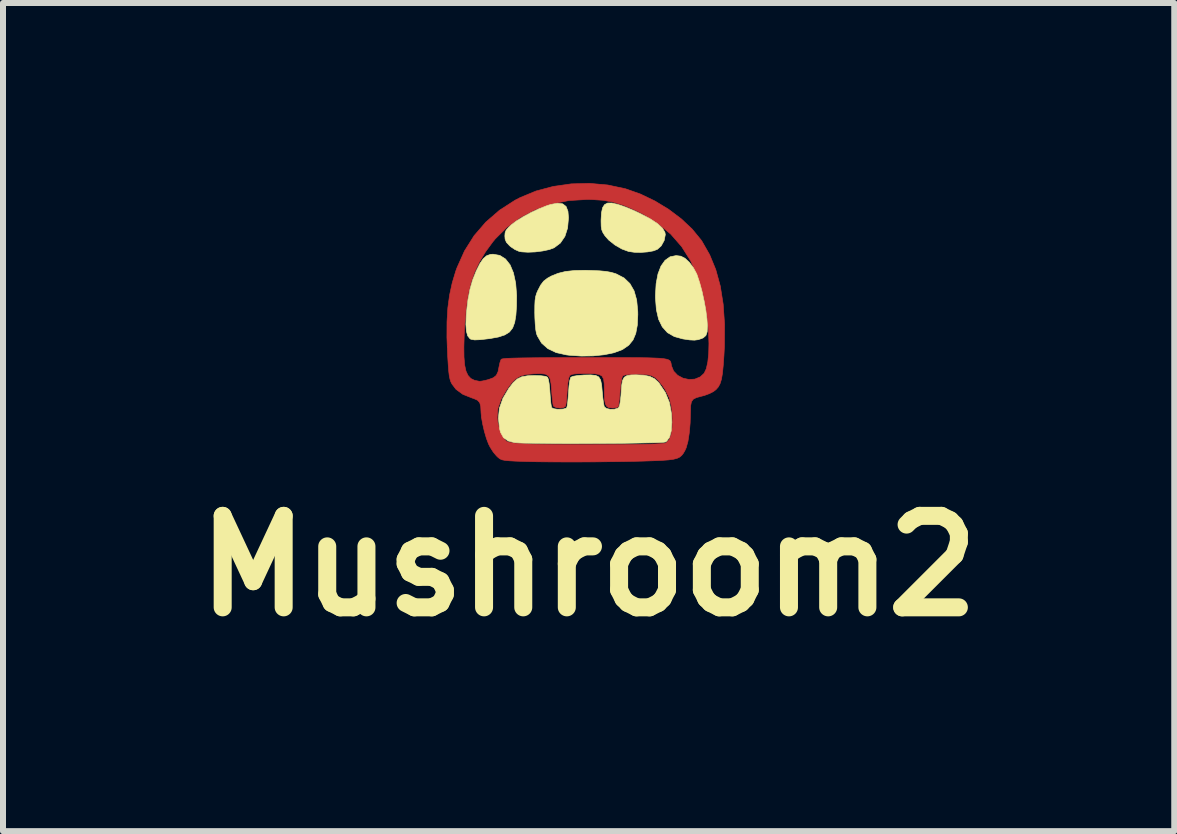
<source format=kicad_pcb>
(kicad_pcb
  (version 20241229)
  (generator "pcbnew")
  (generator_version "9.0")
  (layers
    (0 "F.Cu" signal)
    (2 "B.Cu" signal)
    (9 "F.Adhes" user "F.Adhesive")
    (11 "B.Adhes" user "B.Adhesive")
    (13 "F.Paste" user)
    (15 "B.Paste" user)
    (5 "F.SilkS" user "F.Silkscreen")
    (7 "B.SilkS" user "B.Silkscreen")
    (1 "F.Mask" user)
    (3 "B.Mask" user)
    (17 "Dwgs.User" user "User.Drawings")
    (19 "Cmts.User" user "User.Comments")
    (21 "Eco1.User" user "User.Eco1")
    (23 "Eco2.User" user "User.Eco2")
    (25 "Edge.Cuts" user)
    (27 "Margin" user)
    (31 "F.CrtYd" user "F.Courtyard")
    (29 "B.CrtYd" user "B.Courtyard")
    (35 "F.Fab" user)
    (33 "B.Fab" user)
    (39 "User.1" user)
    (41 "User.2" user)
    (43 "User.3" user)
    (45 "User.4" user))
  (footprint "Mushroom2"
    (layer "F.Cu")
    (at 6.756 2.569)
    (property "Reference" "Mushroom2" (at 0 3.81 0) (layer "F.SilkS") (effects (font (size 1.524 1.524) (thickness 0.3))))
    (attr through_hole)
    (fp_poly (pts (xy 0.32 -2.537) (xy 0.611 -2.475) (xy 0.615 -2.474) (xy 0.862 -2.387) (xy 1.104 -2.271) (xy 1.333 -2.132) (xy 1.543 -1.974) (xy 1.725 -1.803) (xy 1.871 -1.625) (xy 1.888 -1.601) (xy 2.017 -1.375) (xy 2.119 -1.127) (xy 2.194 -0.853) (xy 2.242 -0.551) (xy 2.265 -0.219) (xy 2.263 0.147) (xy 2.255 0.302) (xy 2.243 0.47) (xy 2.23 0.601) (xy 2.213 0.7) (xy 2.19 0.774) (xy 2.16 0.829) (xy 2.121 0.873) (xy 2.077 0.906) (xy 2.012 0.939) (xy 1.928 0.97) (xy 1.881 0.982) (xy 1.796 1.005) (xy 1.743 1.032) (xy 1.713 1.075) (xy 1.7 1.142) (xy 1.697 1.241) (xy 1.692 1.428) (xy 1.677 1.595) (xy 1.655 1.736) (xy 1.625 1.843) (xy 1.605 1.887) (xy 1.579 1.932) (xy 1.551 1.968) (xy 1.518 1.996) (xy 1.474 2.017) (xy 1.414 2.032) (xy 1.332 2.043) (xy 1.223 2.051) (xy 1.083 2.057) (xy 0.906 2.063) (xy 0.825 2.065) (xy 0.59 2.07) (xy 0.343 2.073) (xy 0.089 2.076) (xy -0.164 2.077) (xy -0.41 2.077) (xy -0.641 2.076) (xy -0.85 2.074) (xy -1.031 2.07) (xy -1.177 2.065) (xy -1.211 2.064) (xy -1.319 2.058) (xy -1.393 2.051) (xy -1.443 2.041) (xy -1.478 2.025) (xy -1.51 2) (xy -1.535 1.976) (xy -1.588 1.913) (xy -1.64 1.831) (xy -1.667 1.778) (xy -1.702 1.685) (xy -1.736 1.57) (xy -1.764 1.449) (xy -1.784 1.337) (xy -1.785 1.33) (xy -1.523 1.33) (xy -1.521 1.367) (xy -1.503 1.465) (xy -1.472 1.564) (xy -1.432 1.65) (xy -1.39 1.714) (xy -1.364 1.736) (xy -1.33 1.748) (xy -1.272 1.758) (xy -1.19 1.767) (xy -1.079 1.774) (xy -0.939 1.78) (xy -0.765 1.784) (xy -0.557 1.787) (xy -0.31 1.788) (xy -0.024 1.789) (xy 0.207 1.788) (xy 0.466 1.787) (xy 0.683 1.786) (xy 0.863 1.784) (xy 1.007 1.781) (xy 1.118 1.777) (xy 1.2 1.773) (xy 1.255 1.767) (xy 1.286 1.761) (xy 1.293 1.758) (xy 1.341 1.709) (xy 1.375 1.623) (xy 1.393 1.5) (xy 1.398 1.355) (xy 1.384 1.168) (xy 1.344 1.009) (xy 1.274 0.868) (xy 1.226 0.799) (xy 1.162 0.72) (xy 1.104 0.667) (xy 1.041 0.636) (xy 0.962 0.62) (xy 0.855 0.615) (xy 0.813 0.615) (xy 0.694 0.618) (xy 0.612 0.627) (xy 0.57 0.64) (xy 0.569 0.642) (xy 0.556 0.674) (xy 0.543 0.739) (xy 0.531 0.828) (xy 0.524 0.903) (xy 0.515 1.001) (xy 0.506 1.083) (xy 0.498 1.139) (xy 0.493 1.158) (xy 0.464 1.171) (xy 0.41 1.178) (xy 0.392 1.178) (xy 0.339 1.173) (xy 0.302 1.151) (xy 0.279 1.107) (xy 0.266 1.034) (xy 0.262 0.925) (xy 0.262 0.884) (xy 0.26 0.773) (xy 0.25 0.696) (xy 0.224 0.647) (xy 0.177 0.619) (xy 0.1 0.607) (xy -0.011 0.604) (xy -0.046 0.604) (xy -0.157 0.605) (xy -0.232 0.61) (xy -0.279 0.618) (xy -0.307 0.632) (xy -0.315 0.64) (xy -0.332 0.683) (xy -0.346 0.765) (xy -0.355 0.881) (xy -0.357 0.9) (xy -0.363 0.997) (xy -0.371 1.079) (xy -0.38 1.134) (xy -0.386 1.151) (xy -0.421 1.172) (xy -0.477 1.179) (xy -0.536 1.172) (xy -0.578 1.153) (xy -0.587 1.141) (xy -0.595 1.104) (xy -0.603 1.034) (xy -0.612 0.944) (xy -0.615 0.895) (xy -0.625 0.775) (xy -0.641 0.692) (xy -0.671 0.641) (xy -0.719 0.614) (xy -0.794 0.605) (xy -0.902 0.608) (xy -0.907 0.608) (xy -1.036 0.619) (xy -1.133 0.644) (xy -1.211 0.689) (xy -1.284 0.761) (xy -1.357 0.859) (xy -1.454 1.024) (xy -1.509 1.18) (xy -1.523 1.33) (xy -1.785 1.33) (xy -1.792 1.251) (xy -1.792 1.248) (xy -1.797 1.152) (xy -1.814 1.089) (xy -1.85 1.049) (xy -1.913 1.021) (xy -1.941 1.012) (xy -2.094 0.951) (xy -2.209 0.867) (xy -2.276 0.779) (xy -2.295 0.742) (xy -2.309 0.699) (xy -2.321 0.643) (xy -2.33 0.567) (xy -2.338 0.464) (xy -2.347 0.325) (xy -2.348 0.299) (xy -2.354 0.161) (xy -2.078 0.161) (xy -2.076 0.329) (xy -2.065 0.462) (xy -2.043 0.563) (xy -2.009 0.636) (xy -1.962 0.687) (xy -1.901 0.717) (xy -1.823 0.733) (xy -1.813 0.734) (xy -1.773 0.729) (xy -1.708 0.715) (xy -1.664 0.703) (xy -1.586 0.674) (xy -1.538 0.635) (xy -1.509 0.575) (xy -1.492 0.491) (xy -1.478 0.425) (xy -1.461 0.376) (xy -1.455 0.367) (xy -1.442 0.361) (xy -1.408 0.356) (xy -1.353 0.351) (xy -1.273 0.348) (xy -1.166 0.345) (xy -1.029 0.343) (xy -0.859 0.341) (xy -0.653 0.34) (xy -0.409 0.339) (xy -0.124 0.339) (xy -0.059 0.339) (xy 0.226 0.339) (xy 0.47 0.339) (xy 0.676 0.339) (xy 0.848 0.34) (xy 0.989 0.342) (xy 1.101 0.346) (xy 1.188 0.35) (xy 1.254 0.357) (xy 1.302 0.366) (xy 1.334 0.377) (xy 1.355 0.391) (xy 1.366 0.408) (xy 1.373 0.429) (xy 1.377 0.453) (xy 1.38 0.474) (xy 1.417 0.564) (xy 1.484 0.634) (xy 1.572 0.681) (xy 1.671 0.703) (xy 1.77 0.697) (xy 1.86 0.66) (xy 1.925 0.6) (xy 1.961 0.524) (xy 1.986 0.412) (xy 2.001 0.27) (xy 2.005 0.105) (xy 1.999 -0.076) (xy 1.983 -0.268) (xy 1.957 -0.463) (xy 1.921 -0.655) (xy 1.908 -0.71) (xy 1.818 -1.009) (xy 1.699 -1.276) (xy 1.55 -1.511) (xy 1.369 -1.718) (xy 1.154 -1.898) (xy 0.904 -2.054) (xy 0.78 -2.115) (xy 0.592 -2.196) (xy 0.419 -2.25) (xy 0.245 -2.282) (xy 0.052 -2.295) (xy -0.025 -2.296) (xy -0.329 -2.278) (xy -0.617 -2.221) (xy -0.887 -2.127) (xy -1.135 -1.997) (xy -1.359 -1.834) (xy -1.556 -1.638) (xy -1.597 -1.588) (xy -1.717 -1.424) (xy -1.816 -1.262) (xy -1.896 -1.093) (xy -1.959 -0.912) (xy -2.006 -0.712) (xy -2.04 -0.485) (xy -2.062 -0.226) (xy -2.072 -0.047) (xy -2.078 0.161) (xy -2.354 0.161) (xy -2.36 0.004) (xy -2.359 -0.257) (xy -2.345 -0.49) (xy -2.316 -0.704) (xy -2.272 -0.906) (xy -2.213 -1.103) (xy -2.192 -1.16) (xy -2.067 -1.439) (xy -1.907 -1.693) (xy -1.712 -1.919) (xy -1.485 -2.116) (xy -1.226 -2.283) (xy -1.141 -2.327) (xy -0.876 -2.437) (xy -0.589 -2.513) (xy -0.289 -2.556) (xy 0.017 -2.564) (xy 0.32 -2.537)) (stroke (width 0.01) (type solid)) (fill yes) (layer "F.Cu"))
    (fp_poly (pts (xy 0.099 -2.535) (xy 0.334 -2.533) (xy 0.563 -2.529) (xy 0.781 -2.524) (xy 0.983 -2.517) (xy 1.162 -2.509) (xy 1.312 -2.5) (xy 1.429 -2.49) (xy 1.495 -2.481) (xy 1.701 -2.434) (xy 1.872 -2.37) (xy 2.013 -2.284) (xy 2.126 -2.174) (xy 2.214 -2.035) (xy 2.28 -1.864) (xy 2.327 -1.657) (xy 2.354 -1.453) (xy 2.367 -1.296) (xy 2.377 -1.109) (xy 2.385 -0.896) (xy 2.39 -0.664) (xy 2.393 -0.419) (xy 2.394 -0.165) (xy 2.392 0.092) (xy 2.388 0.346) (xy 2.383 0.592) (xy 2.375 0.824) (xy 2.365 1.037) (xy 2.353 1.226) (xy 2.339 1.383) (xy 2.324 1.505) (xy 2.316 1.552) (xy 2.266 1.736) (xy 2.2 1.89) (xy 2.114 2.016) (xy 2.004 2.118) (xy 1.865 2.198) (xy 1.696 2.259) (xy 1.491 2.303) (xy 1.247 2.332) (xy 1.236 2.333) (xy 1.156 2.338) (xy 1.037 2.342) (xy 0.886 2.346) (xy 0.708 2.349) (xy 0.51 2.351) (xy 0.296 2.352) (xy 0.073 2.353) (xy -0.153 2.353) (xy -0.378 2.352) (xy -0.594 2.351) (xy -0.796 2.349) (xy -0.979 2.346) (xy -1.136 2.343) (xy -1.262 2.339) (xy -1.351 2.334) (xy -1.366 2.333) (xy -1.605 2.304) (xy -1.805 2.261) (xy -1.97 2.204) (xy -2.105 2.129) (xy -2.214 2.034) (xy -2.301 1.918) (xy -2.337 1.854) (xy -2.37 1.78) (xy -2.399 1.698) (xy -2.423 1.605) (xy -2.444 1.496) (xy -2.46 1.37) (xy -2.474 1.221) (xy -2.484 1.047) (xy -2.492 0.844) (xy -2.498 0.609) (xy -2.501 0.338) (xy -2.501 0.281) (xy -2.387 0.281) (xy -2.379 0.473) (xy -2.361 0.642) (xy -2.333 0.782) (xy -2.304 0.87) (xy -2.244 0.96) (xy -2.156 1.039) (xy -2.054 1.094) (xy -1.991 1.112) (xy -1.933 1.123) (xy -1.891 1.141) (xy -1.861 1.173) (xy -1.839 1.225) (xy -1.82 1.305) (xy -1.802 1.42) (xy -1.797 1.452) (xy -1.761 1.656) (xy -1.718 1.82) (xy -1.666 1.949) (xy -1.604 2.047) (xy -1.529 2.118) (xy -1.502 2.137) (xy -1.486 2.145) (xy -1.468 2.153) (xy -1.443 2.159) (xy -1.408 2.165) (xy -1.361 2.169) (xy -1.297 2.172) (xy -1.214 2.175) (xy -1.107 2.177) (xy -0.974 2.178) (xy -0.811 2.179) (xy -0.614 2.179) (xy -0.381 2.179) (xy -0.108 2.179) (xy -0.051 2.179) (xy 0.195 2.179) (xy 0.429 2.178) (xy 0.648 2.177) (xy 0.847 2.175) (xy 1.023 2.172) (xy 1.172 2.169) (xy 1.289 2.166) (xy 1.37 2.163) (xy 1.412 2.16) (xy 1.415 2.159) (xy 1.487 2.132) (xy 1.55 2.093) (xy 1.555 2.088) (xy 1.598 2.042) (xy 1.631 1.988) (xy 1.655 1.919) (xy 1.671 1.829) (xy 1.683 1.709) (xy 1.692 1.553) (xy 1.692 1.545) (xy 1.698 1.406) (xy 1.706 1.304) (xy 1.719 1.232) (xy 1.74 1.184) (xy 1.772 1.152) (xy 1.82 1.13) (xy 1.885 1.111) (xy 1.905 1.106) (xy 2.025 1.07) (xy 2.11 1.029) (xy 2.169 0.975) (xy 2.208 0.9) (xy 2.235 0.794) (xy 2.25 0.707) (xy 2.261 0.605) (xy 2.268 0.47) (xy 2.273 0.313) (xy 2.275 0.143) (xy 2.274 -0.029) (xy 2.27 -0.191) (xy 2.263 -0.335) (xy 2.253 -0.449) (xy 2.249 -0.481) (xy 2.206 -0.707) (xy 2.149 -0.927) (xy 2.081 -1.127) (xy 2.029 -1.252) (xy 1.895 -1.485) (xy 1.723 -1.702) (xy 1.519 -1.899) (xy 1.286 -2.072) (xy 1.03 -2.217) (xy 0.755 -2.331) (xy 0.664 -2.361) (xy 0.471 -2.404) (xy 0.248 -2.429) (xy 0.007 -2.436) (xy -0.243 -2.426) (xy -0.491 -2.399) (xy -0.725 -2.356) (xy -0.923 -2.301) (xy -1.174 -2.198) (xy -1.412 -2.061) (xy -1.629 -1.898) (xy -1.817 -1.713) (xy -1.943 -1.553) (xy -2.009 -1.445) (xy -2.081 -1.311) (xy -2.151 -1.167) (xy -2.212 -1.027) (xy -2.256 -0.908) (xy -2.258 -0.902) (xy -2.3 -0.739) (xy -2.334 -0.551) (xy -2.36 -0.348) (xy -2.378 -0.137) (xy -2.387 0.076) (xy -2.387 0.281) (xy -2.501 0.281) (xy -2.502 0.027) (xy -2.502 -0.084) (xy -2.501 -0.42) (xy -2.498 -0.715) (xy -2.493 -0.972) (xy -2.485 -1.195) (xy -2.474 -1.387) (xy -2.459 -1.552) (xy -2.44 -1.692) (xy -2.416 -1.811) (xy -2.387 -1.912) (xy -2.352 -1.999) (xy -2.312 -2.075) (xy -2.265 -2.143) (xy -2.213 -2.205) (xy -2.147 -2.27) (xy -2.076 -2.325) (xy -1.996 -2.372) (xy -1.902 -2.41) (xy -1.791 -2.441) (xy -1.658 -2.467) (xy -1.499 -2.487) (xy -1.309 -2.502) (xy -1.084 -2.515) (xy -0.82 -2.525) (xy -0.78 -2.527) (xy -0.58 -2.532) (xy -0.363 -2.535) (xy -0.135 -2.536) (xy 0.099 -2.535)) (stroke (width 0.01) (type solid)) (fill yes) (layer "F.Mask"))
    (fp_poly (pts (xy -0.432 -2.223) (xy -0.375 -2.179) (xy -0.344 -2.099) (xy -0.335 -1.991) (xy -0.35 -1.82) (xy -0.395 -1.68) (xy -0.47 -1.57) (xy -0.572 -1.493) (xy -0.652 -1.462) (xy -0.764 -1.438) (xy -0.889 -1.422) (xy -1.01 -1.417) (xy -1.113 -1.423) (xy -1.158 -1.431) (xy -1.228 -1.462) (xy -1.299 -1.51) (xy -1.318 -1.527) (xy -1.369 -1.582) (xy -1.391 -1.635) (xy -1.395 -1.688) (xy -1.391 -1.741) (xy -1.374 -1.784) (xy -1.335 -1.829) (xy -1.288 -1.874) (xy -1.203 -1.938) (xy -1.089 -2.008) (xy -0.958 -2.079) (xy -0.823 -2.142) (xy -0.696 -2.192) (xy -0.631 -2.213) (xy -0.516 -2.234) (xy -0.432 -2.223)) (stroke (width 0.01) (type solid)) (fill yes) (layer "F.SilkS"))
    (fp_poly (pts (xy -1.479 -1.364) (xy -1.384 -1.304) (xy -1.308 -1.207) (xy -1.252 -1.073) (xy -1.215 -0.902) (xy -1.199 -0.697) (xy -1.201 -0.522) (xy -1.211 -0.369) (xy -1.231 -0.248) (xy -1.265 -0.156) (xy -1.318 -0.088) (xy -1.396 -0.039) (xy -1.504 -0.004) (xy -1.647 0.022) (xy -1.804 0.04) (xy -1.9 0.044) (xy -1.96 0.033) (xy -1.976 0.024) (xy -2.014 -0.023) (xy -2.036 -0.102) (xy -2.044 -0.215) (xy -2.038 -0.366) (xy -2.034 -0.423) (xy -2.01 -0.626) (xy -1.977 -0.797) (xy -1.934 -0.949) (xy -1.877 -1.094) (xy -1.869 -1.112) (xy -1.81 -1.23) (xy -1.755 -1.31) (xy -1.699 -1.358) (xy -1.635 -1.381) (xy -1.592 -1.384) (xy -1.479 -1.364)) (stroke (width 0.01) (type solid)) (fill yes) (layer "F.SilkS"))
    (fp_poly (pts (xy 0.489 -2.213) (xy 0.622 -2.167) (xy 0.781 -2.099) (xy 0.869 -2.057) (xy 1.032 -1.97) (xy 1.152 -1.891) (xy 1.232 -1.816) (xy 1.272 -1.747) (xy 1.278 -1.71) (xy 1.259 -1.612) (xy 1.21 -1.523) (xy 1.144 -1.464) (xy 1.077 -1.439) (xy 0.981 -1.422) (xy 0.871 -1.414) (xy 0.763 -1.416) (xy 0.67 -1.429) (xy 0.668 -1.429) (xy 0.554 -1.471) (xy 0.438 -1.538) (xy 0.336 -1.619) (xy 0.274 -1.689) (xy 0.239 -1.743) (xy 0.219 -1.791) (xy 0.21 -1.849) (xy 0.208 -1.931) (xy 0.208 -1.955) (xy 0.215 -2.075) (xy 0.233 -2.158) (xy 0.265 -2.209) (xy 0.314 -2.235) (xy 0.316 -2.236) (xy 0.386 -2.237) (xy 0.489 -2.213)) (stroke (width 0.01) (type solid)) (fill yes) (layer "F.SilkS"))
    (fp_poly (pts (xy 1.537 -1.351) (xy 1.606 -1.316) (xy 1.679 -1.248) (xy 1.746 -1.158) (xy 1.8 -1.057) (xy 1.808 -1.037) (xy 1.851 -0.907) (xy 1.891 -0.76) (xy 1.925 -0.605) (xy 1.953 -0.452) (xy 1.971 -0.311) (xy 1.98 -0.19) (xy 1.976 -0.101) (xy 1.975 -0.09) (xy 1.954 -0.029) (xy 1.91 0.009) (xy 1.885 0.02) (xy 1.826 0.04) (xy 1.763 0.048) (xy 1.684 0.044) (xy 1.576 0.028) (xy 1.569 0.027) (xy 1.428 -0.012) (xy 1.314 -0.077) (xy 1.228 -0.173) (xy 1.166 -0.3) (xy 1.129 -0.461) (xy 1.114 -0.658) (xy 1.114 -0.699) (xy 1.125 -0.893) (xy 1.156 -1.056) (xy 1.206 -1.186) (xy 1.274 -1.282) (xy 1.358 -1.341) (xy 1.458 -1.361) (xy 1.537 -1.351)) (stroke (width 0.01) (type solid)) (fill yes) (layer "F.SilkS"))
    (fp_poly (pts (xy 0.046 -1.113) (xy 0.185 -1.107) (xy 0.291 -1.097) (xy 0.373 -1.082) (xy 0.444 -1.062) (xy 0.464 -1.054) (xy 0.591 -0.988) (xy 0.688 -0.895) (xy 0.758 -0.773) (xy 0.801 -0.62) (xy 0.819 -0.432) (xy 0.82 -0.379) (xy 0.812 -0.204) (xy 0.786 -0.064) (xy 0.74 0.045) (xy 0.67 0.131) (xy 0.574 0.198) (xy 0.549 0.211) (xy 0.421 0.258) (xy 0.26 0.291) (xy 0.076 0.31) (xy -0.122 0.313) (xy -0.325 0.299) (xy -0.372 0.293) (xy -0.541 0.255) (xy -0.679 0.189) (xy -0.784 0.096) (xy -0.854 -0.023) (xy -0.869 -0.064) (xy -0.88 -0.125) (xy -0.889 -0.216) (xy -0.895 -0.325) (xy -0.897 -0.412) (xy -0.896 -0.529) (xy -0.892 -0.614) (xy -0.882 -0.678) (xy -0.866 -0.732) (xy -0.847 -0.776) (xy -0.799 -0.869) (xy -0.749 -0.935) (xy -0.684 -0.985) (xy -0.621 -1.02) (xy -0.51 -1.065) (xy -0.385 -1.096) (xy -0.236 -1.112) (xy -0.057 -1.116) (xy 0.046 -1.113)) (stroke (width 0.01) (type solid)) (fill yes) (layer "F.SilkS"))
    (fp_poly (pts (xy 0.922 0.632) (xy 1.02 0.652) (xy 1.096 0.689) (xy 1.161 0.748) (xy 1.175 0.765) (xy 1.279 0.92) (xy 1.347 1.087) (xy 1.381 1.275) (xy 1.387 1.417) (xy 1.377 1.559) (xy 1.349 1.664) (xy 1.303 1.729) (xy 1.282 1.744) (xy 1.25 1.749) (xy 1.18 1.753) (xy 1.076 1.757) (xy 0.942 1.76) (xy 0.783 1.763) (xy 0.605 1.766) (xy 0.413 1.768) (xy 0.211 1.769) (xy 0.005 1.77) (xy -0.202 1.771) (xy -0.403 1.771) (xy -0.594 1.77) (xy -0.77 1.768) (xy -0.925 1.766) (xy -1.056 1.764) (xy -1.157 1.76) (xy -1.223 1.756) (xy -1.233 1.755) (xy -1.342 1.727) (xy -1.418 1.672) (xy -1.466 1.585) (xy -1.482 1.528) (xy -1.503 1.35) (xy -1.486 1.182) (xy -1.428 1.018) (xy -1.331 0.853) (xy -1.258 0.758) (xy -1.189 0.695) (xy -1.113 0.658) (xy -1.016 0.641) (xy -0.905 0.637) (xy -0.791 0.641) (xy -0.716 0.651) (xy -0.685 0.665) (xy -0.67 0.701) (xy -0.657 0.773) (xy -0.647 0.875) (xy -0.644 0.919) (xy -0.637 1.017) (xy -0.629 1.099) (xy -0.62 1.155) (xy -0.614 1.173) (xy -0.582 1.19) (xy -0.52 1.199) (xy -0.489 1.2) (xy -0.419 1.195) (xy -0.373 1.181) (xy -0.364 1.173) (xy -0.356 1.14) (xy -0.347 1.074) (xy -0.339 0.986) (xy -0.334 0.919) (xy -0.326 0.809) (xy -0.314 0.724) (xy -0.3 0.674) (xy -0.294 0.665) (xy -0.258 0.65) (xy -0.186 0.638) (xy -0.09 0.63) (xy -0.079 0.629) (xy 0.037 0.627) (xy 0.117 0.635) (xy 0.169 0.661) (xy 0.2 0.711) (xy 0.217 0.793) (xy 0.227 0.905) (xy 0.236 1.002) (xy 0.247 1.086) (xy 0.258 1.144) (xy 0.264 1.161) (xy 0.3 1.187) (xy 0.36 1.2) (xy 0.428 1.199) (xy 0.484 1.183) (xy 0.504 1.168) (xy 0.517 1.133) (xy 0.529 1.064) (xy 0.539 0.973) (xy 0.543 0.913) (xy 0.552 0.796) (xy 0.567 0.716) (xy 0.594 0.666) (xy 0.639 0.639) (xy 0.708 0.628) (xy 0.791 0.626) (xy 0.922 0.632)) (stroke (width 0.01) (type solid)) (fill yes) (layer "F.SilkS")))
  (gr_rect
    (start -3 -3)
    (end 16.513 10.797)
    (stroke (width 0.1) (type default))
    (fill no)
    (layer "Edge.Cuts")))
</source>
